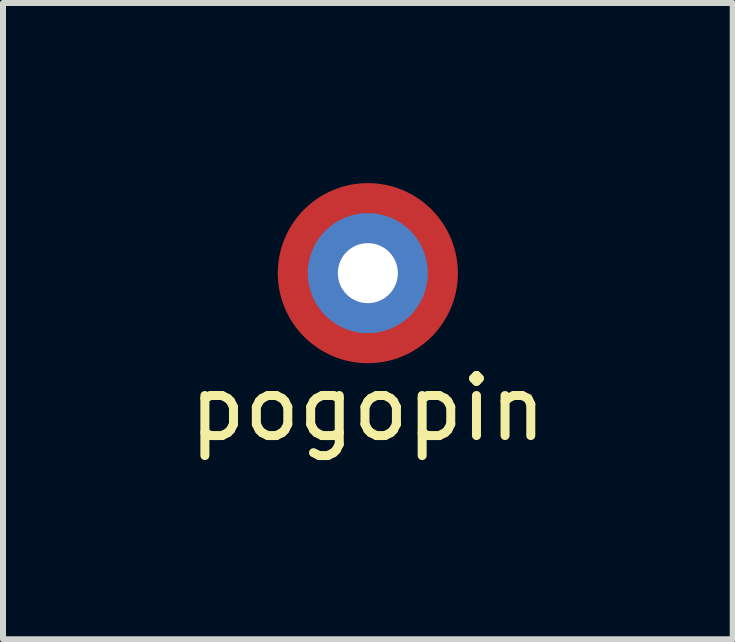
<source format=kicad_pcb>
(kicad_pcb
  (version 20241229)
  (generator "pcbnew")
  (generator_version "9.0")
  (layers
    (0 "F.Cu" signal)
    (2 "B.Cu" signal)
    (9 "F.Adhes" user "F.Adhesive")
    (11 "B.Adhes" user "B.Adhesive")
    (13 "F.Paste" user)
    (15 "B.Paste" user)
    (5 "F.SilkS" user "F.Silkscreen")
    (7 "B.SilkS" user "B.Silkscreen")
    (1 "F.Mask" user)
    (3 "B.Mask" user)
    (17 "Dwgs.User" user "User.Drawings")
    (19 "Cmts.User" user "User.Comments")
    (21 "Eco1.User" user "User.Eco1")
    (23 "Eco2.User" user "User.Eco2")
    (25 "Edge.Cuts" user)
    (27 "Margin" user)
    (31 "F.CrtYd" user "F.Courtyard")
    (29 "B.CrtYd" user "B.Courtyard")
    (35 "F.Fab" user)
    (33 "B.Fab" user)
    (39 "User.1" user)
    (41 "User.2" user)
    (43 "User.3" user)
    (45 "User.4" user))
  (footprint "pogopin"
    (layer "F.Cu")
    (at 3.077 1.5)
    (property "Reference" "pogopin" (at 0 2.25 0) (layer "F.SilkS") (effects (font (size 1 1) (thickness 0.15))))
    (attr through_hole)
    (pad "1" thru_hole circle (at 0 0) (size 2 2) (drill 1) (layers "*.Cu" "B.Mask"))
    (pad "1" smd circle (at 0 0) (size 3 3) (layers "F.Cu" "F.Mask" "F.Paste")))
  (gr_rect
    (start -3 -3)
    (end 9.155 7.598)
    (stroke (width 0.1) (type default))
    (fill no)
    (layer "Edge.Cuts")))
</source>
